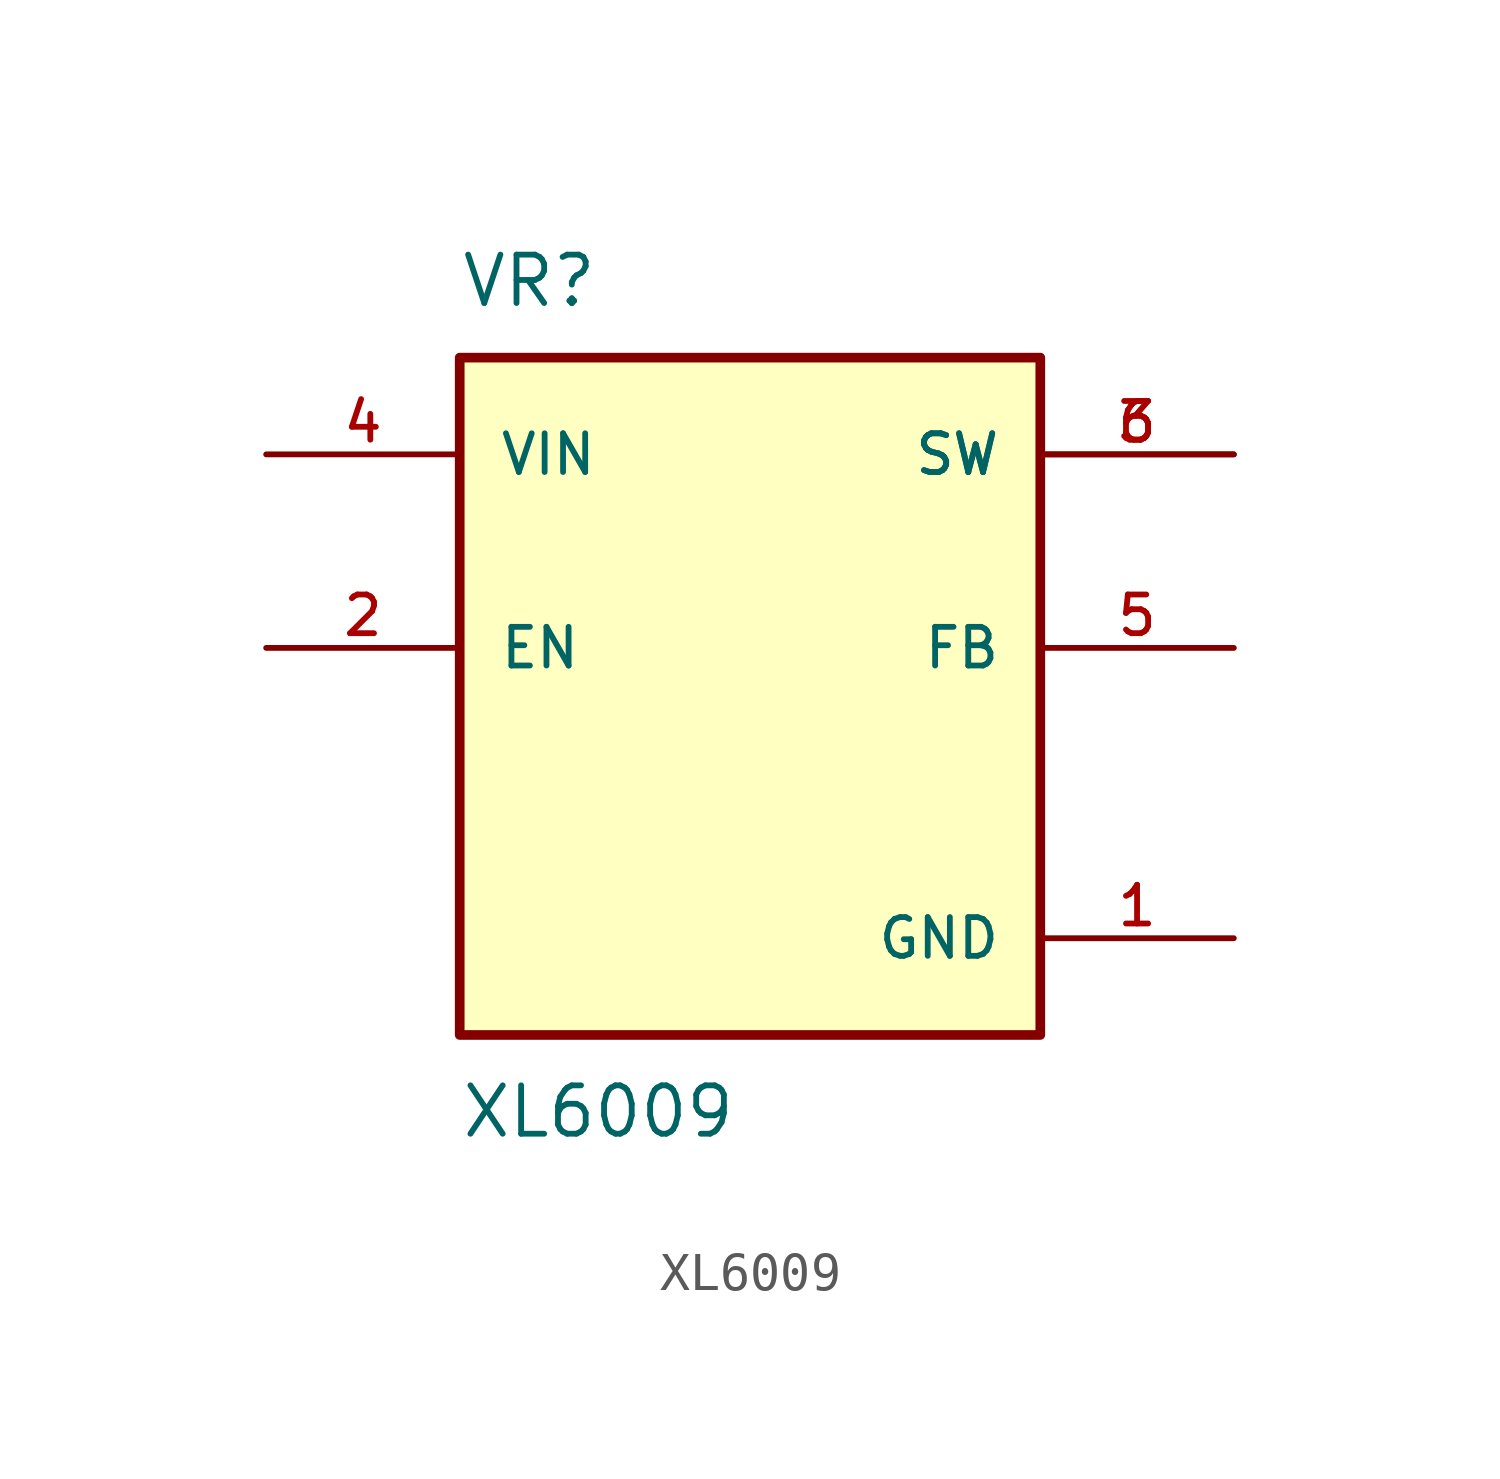
<source format=kicad_sym>
(kicad_symbol_lib
  (version 20211014)
  (generator kicad_symbol_editor)
  (symbol "XL6009"
    (pin_names
      (offset 1.016))
    (property "Reference" "VR"
      (at -7.62 8.89 0)
      (effects (font (size 1.27 1.27)) (justify bottom left)))
    (property "Value" "XL6009"
      (at -7.62 -11.43 0)
      (effects (font (size 1.27 1.27)) (justify top left)))
    (symbol "XL6009_0_0"
      (rectangle (start -7.62 -10.16) (end 7.62 7.62) (stroke (width 0.254)) (fill (type background)))
      (pin input line (at -12.7 5.08 0) (length 5.08) (name "VIN" (effects (font (size 1.016 1.016)))) (number "4" (effects (font (size 1.016 1.016)))))
      (pin output line (at 12.7 5.08 180.0) (length 5.08) (name "SW" (effects (font (size 1.016 1.016)))) (number "3" (effects (font (size 1.016 1.016)))))
      (pin output line (at 12.7 5.08 180.0) (length 5.08) (name "SW" (effects (font (size 1.016 1.016)))) (number "6" (effects (font (size 1.016 1.016)))))
      (pin power_in line (at 12.7 -7.62 180.0) (length 5.08) (name "GND" (effects (font (size 1.016 1.016)))) (number "1" (effects (font (size 1.016 1.016)))))
      (pin input line (at -12.7 0.0 0) (length 5.08) (name "EN" (effects (font (size 1.016 1.016)))) (number "2" (effects (font (size 1.016 1.016)))))
      (pin input line (at 12.7 0.0 180.0) (length 5.08) (name "FB" (effects (font (size 1.016 1.016)))) (number "5" (effects (font (size 1.016 1.016))))))))
</source>
